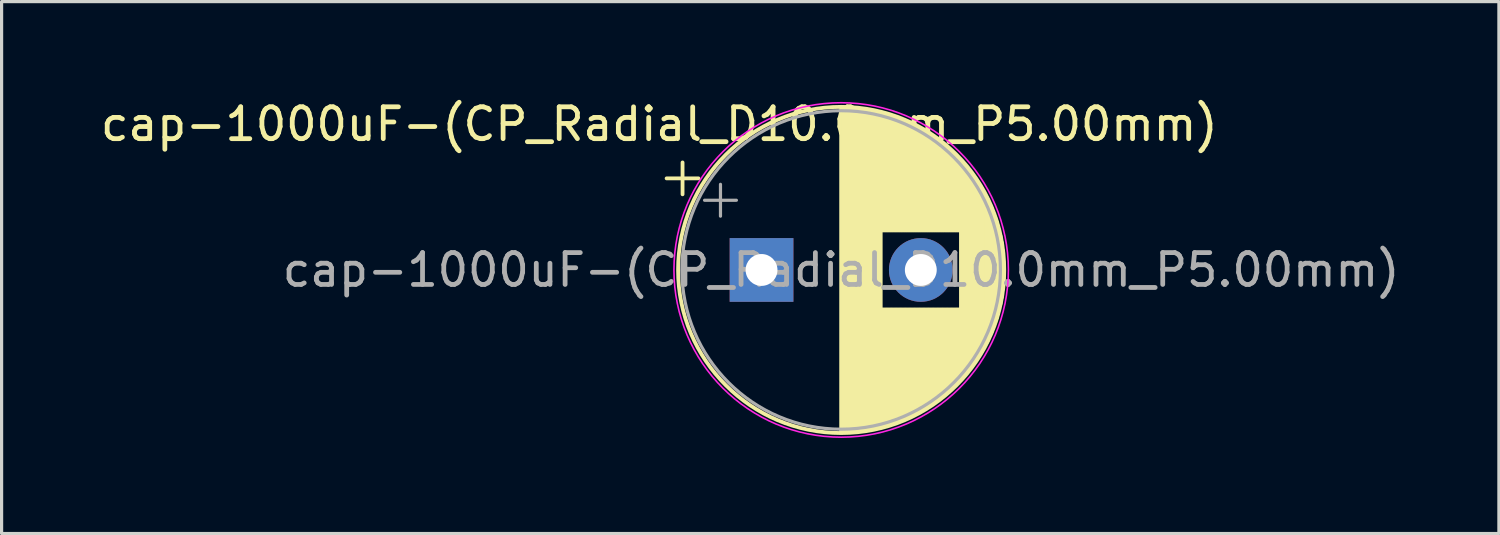
<source format=kicad_pcb>
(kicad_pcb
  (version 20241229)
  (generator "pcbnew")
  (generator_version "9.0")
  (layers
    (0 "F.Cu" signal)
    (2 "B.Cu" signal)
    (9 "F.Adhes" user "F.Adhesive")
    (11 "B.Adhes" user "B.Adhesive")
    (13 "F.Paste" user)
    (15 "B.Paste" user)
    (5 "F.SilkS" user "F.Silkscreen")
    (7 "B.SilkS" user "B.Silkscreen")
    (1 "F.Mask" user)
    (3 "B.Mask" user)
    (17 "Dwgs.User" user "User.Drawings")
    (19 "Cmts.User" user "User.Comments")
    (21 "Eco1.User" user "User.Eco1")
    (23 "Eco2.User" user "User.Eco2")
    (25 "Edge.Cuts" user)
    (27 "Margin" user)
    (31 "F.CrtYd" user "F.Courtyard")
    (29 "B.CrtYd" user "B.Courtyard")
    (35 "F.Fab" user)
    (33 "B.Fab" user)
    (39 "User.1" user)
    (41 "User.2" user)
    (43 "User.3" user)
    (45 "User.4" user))
  (footprint "cap-1000uF-(CP_Radial_D10.0mm_P5.00mm)"
    (layer "F.Cu")
    (at 20.858 5.425)
    (property "Reference" "cap-1000uF-(CP_Radial_D10.0mm_P5.00mm)" (at -3.209 -4.577 180) (layer "F.SilkS") (effects (font (size 1 1) (thickness 0.15))))
    (attr through_hole)
    (fp_line (start -2.98 -2.875) (end -1.98 -2.875) (stroke (width 0.12) (type solid)) (layer "F.SilkS"))
    (fp_line (start -2.48 -3.375) (end -2.48 -2.375) (stroke (width 0.12) (type solid)) (layer "F.SilkS"))
    (fp_line (start 2.5 -5.08) (end 2.5 5.08) (stroke (width 0.12) (type solid)) (layer "F.SilkS"))
    (fp_line (start 2.54 -5.08) (end 2.54 5.08) (stroke (width 0.12) (type solid)) (layer "F.SilkS"))
    (fp_line (start 2.58 -5.08) (end 2.58 5.08) (stroke (width 0.12) (type solid)) (layer "F.SilkS"))
    (fp_line (start 2.62 -5.079) (end 2.62 5.079) (stroke (width 0.12) (type solid)) (layer "F.SilkS"))
    (fp_line (start 2.66 -5.078) (end 2.66 5.078) (stroke (width 0.12) (type solid)) (layer "F.SilkS"))
    (fp_line (start 2.7 -5.077) (end 2.7 5.077) (stroke (width 0.12) (type solid)) (layer "F.SilkS"))
    (fp_line (start 2.74 -5.075) (end 2.74 5.075) (stroke (width 0.12) (type solid)) (layer "F.SilkS"))
    (fp_line (start 2.78 -5.073) (end 2.78 5.073) (stroke (width 0.12) (type solid)) (layer "F.SilkS"))
    (fp_line (start 2.82 -5.07) (end 2.82 5.07) (stroke (width 0.12) (type solid)) (layer "F.SilkS"))
    (fp_line (start 2.86 -5.068) (end 2.86 5.068) (stroke (width 0.12) (type solid)) (layer "F.SilkS"))
    (fp_line (start 2.9 -5.065) (end 2.9 5.065) (stroke (width 0.12) (type solid)) (layer "F.SilkS"))
    (fp_line (start 2.94 -5.062) (end 2.94 5.062) (stroke (width 0.12) (type solid)) (layer "F.SilkS"))
    (fp_line (start 2.98 -5.058) (end 2.98 5.058) (stroke (width 0.12) (type solid)) (layer "F.SilkS"))
    (fp_line (start 3.02 -5.054) (end 3.02 5.054) (stroke (width 0.12) (type solid)) (layer "F.SilkS"))
    (fp_line (start 3.06 -5.05) (end 3.06 5.05) (stroke (width 0.12) (type solid)) (layer "F.SilkS"))
    (fp_line (start 3.1 -5.045) (end 3.1 5.045) (stroke (width 0.12) (type solid)) (layer "F.SilkS"))
    (fp_line (start 3.14 -5.04) (end 3.14 5.04) (stroke (width 0.12) (type solid)) (layer "F.SilkS"))
    (fp_line (start 3.18 -5.035) (end 3.18 5.035) (stroke (width 0.12) (type solid)) (layer "F.SilkS"))
    (fp_line (start 3.221 -5.03) (end 3.221 5.03) (stroke (width 0.12) (type solid)) (layer "F.SilkS"))
    (fp_line (start 3.261 -5.024) (end 3.261 5.024) (stroke (width 0.12) (type solid)) (layer "F.SilkS"))
    (fp_line (start 3.301 -5.018) (end 3.301 5.018) (stroke (width 0.12) (type solid)) (layer "F.SilkS"))
    (fp_line (start 3.341 -5.011) (end 3.341 5.011) (stroke (width 0.12) (type solid)) (layer "F.SilkS"))
    (fp_line (start 3.381 -5.004) (end 3.381 5.004) (stroke (width 0.12) (type solid)) (layer "F.SilkS"))
    (fp_line (start 3.421 -4.997) (end 3.421 4.997) (stroke (width 0.12) (type solid)) (layer "F.SilkS"))
    (fp_line (start 3.461 -4.99) (end 3.461 4.99) (stroke (width 0.12) (type solid)) (layer "F.SilkS"))
    (fp_line (start 3.501 -4.982) (end 3.501 4.982) (stroke (width 0.12) (type solid)) (layer "F.SilkS"))
    (fp_line (start 3.541 -4.974) (end 3.541 4.974) (stroke (width 0.12) (type solid)) (layer "F.SilkS"))
    (fp_line (start 3.581 -4.965) (end 3.581 4.965) (stroke (width 0.12) (type solid)) (layer "F.SilkS"))
    (fp_line (start 3.621 -4.956) (end 3.621 4.956) (stroke (width 0.12) (type solid)) (layer "F.SilkS"))
    (fp_line (start 3.661 -4.947) (end 3.661 4.947) (stroke (width 0.12) (type solid)) (layer "F.SilkS"))
    (fp_line (start 3.701 -4.938) (end 3.701 4.938) (stroke (width 0.12) (type solid)) (layer "F.SilkS"))
    (fp_line (start 3.741 -4.928) (end 3.741 4.928) (stroke (width 0.12) (type solid)) (layer "F.SilkS"))
    (fp_line (start 3.781 -4.918) (end 3.781 -1.241) (stroke (width 0.12) (type solid)) (layer "F.SilkS"))
    (fp_line (start 3.781 1.241) (end 3.781 4.918) (stroke (width 0.12) (type solid)) (layer "F.SilkS"))
    (fp_line (start 3.821 -4.907) (end 3.821 -1.241) (stroke (width 0.12) (type solid)) (layer "F.SilkS"))
    (fp_line (start 3.821 1.241) (end 3.821 4.907) (stroke (width 0.12) (type solid)) (layer "F.SilkS"))
    (fp_line (start 3.861 -4.897) (end 3.861 -1.241) (stroke (width 0.12) (type solid)) (layer "F.SilkS"))
    (fp_line (start 3.861 1.241) (end 3.861 4.897) (stroke (width 0.12) (type solid)) (layer "F.SilkS"))
    (fp_line (start 3.901 -4.885) (end 3.901 -1.241) (stroke (width 0.12) (type solid)) (layer "F.SilkS"))
    (fp_line (start 3.901 1.241) (end 3.901 4.885) (stroke (width 0.12) (type solid)) (layer "F.SilkS"))
    (fp_line (start 3.941 -4.874) (end 3.941 -1.241) (stroke (width 0.12) (type solid)) (layer "F.SilkS"))
    (fp_line (start 3.941 1.241) (end 3.941 4.874) (stroke (width 0.12) (type solid)) (layer "F.SilkS"))
    (fp_line (start 3.981 -4.862) (end 3.981 -1.241) (stroke (width 0.12) (type solid)) (layer "F.SilkS"))
    (fp_line (start 3.981 1.241) (end 3.981 4.862) (stroke (width 0.12) (type solid)) (layer "F.SilkS"))
    (fp_line (start 4.021 -4.85) (end 4.021 -1.241) (stroke (width 0.12) (type solid)) (layer "F.SilkS"))
    (fp_line (start 4.021 1.241) (end 4.021 4.85) (stroke (width 0.12) (type solid)) (layer "F.SilkS"))
    (fp_line (start 4.061 -4.837) (end 4.061 -1.241) (stroke (width 0.12) (type solid)) (layer "F.SilkS"))
    (fp_line (start 4.061 1.241) (end 4.061 4.837) (stroke (width 0.12) (type solid)) (layer "F.SilkS"))
    (fp_line (start 4.101 -4.824) (end 4.101 -1.241) (stroke (width 0.12) (type solid)) (layer "F.SilkS"))
    (fp_line (start 4.101 1.241) (end 4.101 4.824) (stroke (width 0.12) (type solid)) (layer "F.SilkS"))
    (fp_line (start 4.141 -4.811) (end 4.141 -1.241) (stroke (width 0.12) (type solid)) (layer "F.SilkS"))
    (fp_line (start 4.141 1.241) (end 4.141 4.811) (stroke (width 0.12) (type solid)) (layer "F.SilkS"))
    (fp_line (start 4.181 -4.797) (end 4.181 -1.241) (stroke (width 0.12) (type solid)) (layer "F.SilkS"))
    (fp_line (start 4.181 1.241) (end 4.181 4.797) (stroke (width 0.12) (type solid)) (layer "F.SilkS"))
    (fp_line (start 4.221 -4.783) (end 4.221 -1.241) (stroke (width 0.12) (type solid)) (layer "F.SilkS"))
    (fp_line (start 4.221 1.241) (end 4.221 4.783) (stroke (width 0.12) (type solid)) (layer "F.SilkS"))
    (fp_line (start 4.261 -4.768) (end 4.261 -1.241) (stroke (width 0.12) (type solid)) (layer "F.SilkS"))
    (fp_line (start 4.261 1.241) (end 4.261 4.768) (stroke (width 0.12) (type solid)) (layer "F.SilkS"))
    (fp_line (start 4.301 -4.754) (end 4.301 -1.241) (stroke (width 0.12) (type solid)) (layer "F.SilkS"))
    (fp_line (start 4.301 1.241) (end 4.301 4.754) (stroke (width 0.12) (type solid)) (layer "F.SilkS"))
    (fp_line (start 4.341 -4.738) (end 4.341 -1.241) (stroke (width 0.12) (type solid)) (layer "F.SilkS"))
    (fp_line (start 4.341 1.241) (end 4.341 4.738) (stroke (width 0.12) (type solid)) (layer "F.SilkS"))
    (fp_line (start 4.381 -4.723) (end 4.381 -1.241) (stroke (width 0.12) (type solid)) (layer "F.SilkS"))
    (fp_line (start 4.381 1.241) (end 4.381 4.723) (stroke (width 0.12) (type solid)) (layer "F.SilkS"))
    (fp_line (start 4.421 -4.707) (end 4.421 -1.241) (stroke (width 0.12) (type solid)) (layer "F.SilkS"))
    (fp_line (start 4.421 1.241) (end 4.421 4.707) (stroke (width 0.12) (type solid)) (layer "F.SilkS"))
    (fp_line (start 4.461 -4.69) (end 4.461 -1.241) (stroke (width 0.12) (type solid)) (layer "F.SilkS"))
    (fp_line (start 4.461 1.241) (end 4.461 4.69) (stroke (width 0.12) (type solid)) (layer "F.SilkS"))
    (fp_line (start 4.501 -4.674) (end 4.501 -1.241) (stroke (width 0.12) (type solid)) (layer "F.SilkS"))
    (fp_line (start 4.501 1.241) (end 4.501 4.674) (stroke (width 0.12) (type solid)) (layer "F.SilkS"))
    (fp_line (start 4.541 -4.657) (end 4.541 -1.241) (stroke (width 0.12) (type solid)) (layer "F.SilkS"))
    (fp_line (start 4.541 1.241) (end 4.541 4.657) (stroke (width 0.12) (type solid)) (layer "F.SilkS"))
    (fp_line (start 4.581 -4.639) (end 4.581 -1.241) (stroke (width 0.12) (type solid)) (layer "F.SilkS"))
    (fp_line (start 4.581 1.241) (end 4.581 4.639) (stroke (width 0.12) (type solid)) (layer "F.SilkS"))
    (fp_line (start 4.621 -4.621) (end 4.621 -1.241) (stroke (width 0.12) (type solid)) (layer "F.SilkS"))
    (fp_line (start 4.621 1.241) (end 4.621 4.621) (stroke (width 0.12) (type solid)) (layer "F.SilkS"))
    (fp_line (start 4.661 -4.603) (end 4.661 -1.241) (stroke (width 0.12) (type solid)) (layer "F.SilkS"))
    (fp_line (start 4.661 1.241) (end 4.661 4.603) (stroke (width 0.12) (type solid)) (layer "F.SilkS"))
    (fp_line (start 4.701 -4.584) (end 4.701 -1.241) (stroke (width 0.12) (type solid)) (layer "F.SilkS"))
    (fp_line (start 4.701 1.241) (end 4.701 4.584) (stroke (width 0.12) (type solid)) (layer "F.SilkS"))
    (fp_line (start 4.741 -4.564) (end 4.741 -1.241) (stroke (width 0.12) (type solid)) (layer "F.SilkS"))
    (fp_line (start 4.741 1.241) (end 4.741 4.564) (stroke (width 0.12) (type solid)) (layer "F.SilkS"))
    (fp_line (start 4.781 -4.545) (end 4.781 -1.241) (stroke (width 0.12) (type solid)) (layer "F.SilkS"))
    (fp_line (start 4.781 1.241) (end 4.781 4.545) (stroke (width 0.12) (type solid)) (layer "F.SilkS"))
    (fp_line (start 4.821 -4.525) (end 4.821 -1.241) (stroke (width 0.12) (type solid)) (layer "F.SilkS"))
    (fp_line (start 4.821 1.241) (end 4.821 4.525) (stroke (width 0.12) (type solid)) (layer "F.SilkS"))
    (fp_line (start 4.861 -4.504) (end 4.861 -1.241) (stroke (width 0.12) (type solid)) (layer "F.SilkS"))
    (fp_line (start 4.861 1.241) (end 4.861 4.504) (stroke (width 0.12) (type solid)) (layer "F.SilkS"))
    (fp_line (start 4.901 -4.483) (end 4.901 -1.241) (stroke (width 0.12) (type solid)) (layer "F.SilkS"))
    (fp_line (start 4.901 1.241) (end 4.901 4.483) (stroke (width 0.12) (type solid)) (layer "F.SilkS"))
    (fp_line (start 4.941 -4.462) (end 4.941 -1.241) (stroke (width 0.12) (type solid)) (layer "F.SilkS"))
    (fp_line (start 4.941 1.241) (end 4.941 4.462) (stroke (width 0.12) (type solid)) (layer "F.SilkS"))
    (fp_line (start 4.981 -4.44) (end 4.981 -1.241) (stroke (width 0.12) (type solid)) (layer "F.SilkS"))
    (fp_line (start 4.981 1.241) (end 4.981 4.44) (stroke (width 0.12) (type solid)) (layer "F.SilkS"))
    (fp_line (start 5.021 -4.417) (end 5.021 -1.241) (stroke (width 0.12) (type solid)) (layer "F.SilkS"))
    (fp_line (start 5.021 1.241) (end 5.021 4.417) (stroke (width 0.12) (type solid)) (layer "F.SilkS"))
    (fp_line (start 5.061 -4.395) (end 5.061 -1.241) (stroke (width 0.12) (type solid)) (layer "F.SilkS"))
    (fp_line (start 5.061 1.241) (end 5.061 4.395) (stroke (width 0.12) (type solid)) (layer "F.SilkS"))
    (fp_line (start 5.101 -4.371) (end 5.101 -1.241) (stroke (width 0.12) (type solid)) (layer "F.SilkS"))
    (fp_line (start 5.101 1.241) (end 5.101 4.371) (stroke (width 0.12) (type solid)) (layer "F.SilkS"))
    (fp_line (start 5.141 -4.347) (end 5.141 -1.241) (stroke (width 0.12) (type solid)) (layer "F.SilkS"))
    (fp_line (start 5.141 1.241) (end 5.141 4.347) (stroke (width 0.12) (type solid)) (layer "F.SilkS"))
    (fp_line (start 5.181 -4.323) (end 5.181 -1.241) (stroke (width 0.12) (type solid)) (layer "F.SilkS"))
    (fp_line (start 5.181 1.241) (end 5.181 4.323) (stroke (width 0.12) (type solid)) (layer "F.SilkS"))
    (fp_line (start 5.221 -4.298) (end 5.221 -1.241) (stroke (width 0.12) (type solid)) (layer "F.SilkS"))
    (fp_line (start 5.221 1.241) (end 5.221 4.298) (stroke (width 0.12) (type solid)) (layer "F.SilkS"))
    (fp_line (start 5.261 -4.273) (end 5.261 -1.241) (stroke (width 0.12) (type solid)) (layer "F.SilkS"))
    (fp_line (start 5.261 1.241) (end 5.261 4.273) (stroke (width 0.12) (type solid)) (layer "F.SilkS"))
    (fp_line (start 5.301 -4.247) (end 5.301 -1.241) (stroke (width 0.12) (type solid)) (layer "F.SilkS"))
    (fp_line (start 5.301 1.241) (end 5.301 4.247) (stroke (width 0.12) (type solid)) (layer "F.SilkS"))
    (fp_line (start 5.341 -4.221) (end 5.341 -1.241) (stroke (width 0.12) (type solid)) (layer "F.SilkS"))
    (fp_line (start 5.341 1.241) (end 5.341 4.221) (stroke (width 0.12) (type solid)) (layer "F.SilkS"))
    (fp_line (start 5.381 -4.194) (end 5.381 -1.241) (stroke (width 0.12) (type solid)) (layer "F.SilkS"))
    (fp_line (start 5.381 1.241) (end 5.381 4.194) (stroke (width 0.12) (type solid)) (layer "F.SilkS"))
    (fp_line (start 5.421 -4.166) (end 5.421 -1.241) (stroke (width 0.12) (type solid)) (layer "F.SilkS"))
    (fp_line (start 5.421 1.241) (end 5.421 4.166) (stroke (width 0.12) (type solid)) (layer "F.SilkS"))
    (fp_line (start 5.461 -4.138) (end 5.461 -1.241) (stroke (width 0.12) (type solid)) (layer "F.SilkS"))
    (fp_line (start 5.461 1.241) (end 5.461 4.138) (stroke (width 0.12) (type solid)) (layer "F.SilkS"))
    (fp_line (start 5.501 -4.11) (end 5.501 -1.241) (stroke (width 0.12) (type solid)) (layer "F.SilkS"))
    (fp_line (start 5.501 1.241) (end 5.501 4.11) (stroke (width 0.12) (type solid)) (layer "F.SilkS"))
    (fp_line (start 5.541 -4.08) (end 5.541 -1.241) (stroke (width 0.12) (type solid)) (layer "F.SilkS"))
    (fp_line (start 5.541 1.241) (end 5.541 4.08) (stroke (width 0.12) (type solid)) (layer "F.SilkS"))
    (fp_line (start 5.581 -4.05) (end 5.581 -1.241) (stroke (width 0.12) (type solid)) (layer "F.SilkS"))
    (fp_line (start 5.581 1.241) (end 5.581 4.05) (stroke (width 0.12) (type solid)) (layer "F.SilkS"))
    (fp_line (start 5.621 -4.02) (end 5.621 -1.241) (stroke (width 0.12) (type solid)) (layer "F.SilkS"))
    (fp_line (start 5.621 1.241) (end 5.621 4.02) (stroke (width 0.12) (type solid)) (layer "F.SilkS"))
    (fp_line (start 5.661 -3.989) (end 5.661 -1.241) (stroke (width 0.12) (type solid)) (layer "F.SilkS"))
    (fp_line (start 5.661 1.241) (end 5.661 3.989) (stroke (width 0.12) (type solid)) (layer "F.SilkS"))
    (fp_line (start 5.701 -3.957) (end 5.701 -1.241) (stroke (width 0.12) (type solid)) (layer "F.SilkS"))
    (fp_line (start 5.701 1.241) (end 5.701 3.957) (stroke (width 0.12) (type solid)) (layer "F.SilkS"))
    (fp_line (start 5.741 -3.925) (end 5.741 -1.241) (stroke (width 0.12) (type solid)) (layer "F.SilkS"))
    (fp_line (start 5.741 1.241) (end 5.741 3.925) (stroke (width 0.12) (type solid)) (layer "F.SilkS"))
    (fp_line (start 5.781 -3.892) (end 5.781 -1.241) (stroke (width 0.12) (type solid)) (layer "F.SilkS"))
    (fp_line (start 5.781 1.241) (end 5.781 3.892) (stroke (width 0.12) (type solid)) (layer "F.SilkS"))
    (fp_line (start 5.821 -3.858) (end 5.821 -1.241) (stroke (width 0.12) (type solid)) (layer "F.SilkS"))
    (fp_line (start 5.821 1.241) (end 5.821 3.858) (stroke (width 0.12) (type solid)) (layer "F.SilkS"))
    (fp_line (start 5.861 -3.824) (end 5.861 -1.241) (stroke (width 0.12) (type solid)) (layer "F.SilkS"))
    (fp_line (start 5.861 1.241) (end 5.861 3.824) (stroke (width 0.12) (type solid)) (layer "F.SilkS"))
    (fp_line (start 5.901 -3.789) (end 5.901 -1.241) (stroke (width 0.12) (type solid)) (layer "F.SilkS"))
    (fp_line (start 5.901 1.241) (end 5.901 3.789) (stroke (width 0.12) (type solid)) (layer "F.SilkS"))
    (fp_line (start 5.941 -3.753) (end 5.941 -1.241) (stroke (width 0.12) (type solid)) (layer "F.SilkS"))
    (fp_line (start 5.941 1.241) (end 5.941 3.753) (stroke (width 0.12) (type solid)) (layer "F.SilkS"))
    (fp_line (start 5.981 -3.716) (end 5.981 -1.241) (stroke (width 0.12) (type solid)) (layer "F.SilkS"))
    (fp_line (start 5.981 1.241) (end 5.981 3.716) (stroke (width 0.12) (type solid)) (layer "F.SilkS"))
    (fp_line (start 6.021 -3.679) (end 6.021 -1.241) (stroke (width 0.12) (type solid)) (layer "F.SilkS"))
    (fp_line (start 6.021 1.241) (end 6.021 3.679) (stroke (width 0.12) (type solid)) (layer "F.SilkS"))
    (fp_line (start 6.061 -3.64) (end 6.061 -1.241) (stroke (width 0.12) (type solid)) (layer "F.SilkS"))
    (fp_line (start 6.061 1.241) (end 6.061 3.64) (stroke (width 0.12) (type solid)) (layer "F.SilkS"))
    (fp_line (start 6.101 -3.601) (end 6.101 -1.241) (stroke (width 0.12) (type solid)) (layer "F.SilkS"))
    (fp_line (start 6.101 1.241) (end 6.101 3.601) (stroke (width 0.12) (type solid)) (layer "F.SilkS"))
    (fp_line (start 6.141 -3.561) (end 6.141 -1.241) (stroke (width 0.12) (type solid)) (layer "F.SilkS"))
    (fp_line (start 6.141 1.241) (end 6.141 3.561) (stroke (width 0.12) (type solid)) (layer "F.SilkS"))
    (fp_line (start 6.181 -3.52) (end 6.181 -1.241) (stroke (width 0.12) (type solid)) (layer "F.SilkS"))
    (fp_line (start 6.181 1.241) (end 6.181 3.52) (stroke (width 0.12) (type solid)) (layer "F.SilkS"))
    (fp_line (start 6.221 -3.478) (end 6.221 -1.241) (stroke (width 0.12) (type solid)) (layer "F.SilkS"))
    (fp_line (start 6.221 1.241) (end 6.221 3.478) (stroke (width 0.12) (type solid)) (layer "F.SilkS"))
    (fp_line (start 6.261 -3.436) (end 6.261 3.436) (stroke (width 0.12) (type solid)) (layer "F.SilkS"))
    (fp_line (start 6.301 -3.392) (end 6.301 3.392) (stroke (width 0.12) (type solid)) (layer "F.SilkS"))
    (fp_line (start 6.341 -3.347) (end 6.341 3.347) (stroke (width 0.12) (type solid)) (layer "F.SilkS"))
    (fp_line (start 6.381 -3.301) (end 6.381 3.301) (stroke (width 0.12) (type solid)) (layer "F.SilkS"))
    (fp_line (start 6.421 -3.254) (end 6.421 3.254) (stroke (width 0.12) (type solid)) (layer "F.SilkS"))
    (fp_line (start 6.461 -3.206) (end 6.461 3.206) (stroke (width 0.12) (type solid)) (layer "F.SilkS"))
    (fp_line (start 6.501 -3.156) (end 6.501 3.156) (stroke (width 0.12) (type solid)) (layer "F.SilkS"))
    (fp_line (start 6.541 -3.106) (end 6.541 3.106) (stroke (width 0.12) (type solid)) (layer "F.SilkS"))
    (fp_line (start 6.581 -3.054) (end 6.581 3.054) (stroke (width 0.12) (type solid)) (layer "F.SilkS"))
    (fp_line (start 6.621 -3) (end 6.621 3) (stroke (width 0.12) (type solid)) (layer "F.SilkS"))
    (fp_line (start 6.661 -2.945) (end 6.661 2.945) (stroke (width 0.12) (type solid)) (layer "F.SilkS"))
    (fp_line (start 6.701 -2.889) (end 6.701 2.889) (stroke (width 0.12) (type solid)) (layer "F.SilkS"))
    (fp_line (start 6.741 -2.83) (end 6.741 2.83) (stroke (width 0.12) (type solid)) (layer "F.SilkS"))
    (fp_line (start 6.781 -2.77) (end 6.781 2.77) (stroke (width 0.12) (type solid)) (layer "F.SilkS"))
    (fp_line (start 6.821 -2.709) (end 6.821 2.709) (stroke (width 0.12) (type solid)) (layer "F.SilkS"))
    (fp_line (start 6.861 -2.645) (end 6.861 2.645) (stroke (width 0.12) (type solid)) (layer "F.SilkS"))
    (fp_line (start 6.901 -2.579) (end 6.901 2.579) (stroke (width 0.12) (type solid)) (layer "F.SilkS"))
    (fp_line (start 6.941 -2.51) (end 6.941 2.51) (stroke (width 0.12) (type solid)) (layer "F.SilkS"))
    (fp_line (start 6.981 -2.439) (end 6.981 2.439) (stroke (width 0.12) (type solid)) (layer "F.SilkS"))
    (fp_line (start 7.021 -2.365) (end 7.021 2.365) (stroke (width 0.12) (type solid)) (layer "F.SilkS"))
    (fp_line (start 7.061 -2.289) (end 7.061 2.289) (stroke (width 0.12) (type solid)) (layer "F.SilkS"))
    (fp_line (start 7.101 -2.209) (end 7.101 2.209) (stroke (width 0.12) (type solid)) (layer "F.SilkS"))
    (fp_line (start 7.141 -2.125) (end 7.141 2.125) (stroke (width 0.12) (type solid)) (layer "F.SilkS"))
    (fp_line (start 7.181 -2.037) (end 7.181 2.037) (stroke (width 0.12) (type solid)) (layer "F.SilkS"))
    (fp_line (start 7.221 -1.944) (end 7.221 1.944) (stroke (width 0.12) (type solid)) (layer "F.SilkS"))
    (fp_line (start 7.261 -1.846) (end 7.261 1.846) (stroke (width 0.12) (type solid)) (layer "F.SilkS"))
    (fp_line (start 7.301 -1.742) (end 7.301 1.742) (stroke (width 0.12) (type solid)) (layer "F.SilkS"))
    (fp_line (start 7.341 -1.63) (end 7.341 1.63) (stroke (width 0.12) (type solid)) (layer "F.SilkS"))
    (fp_line (start 7.381 -1.51) (end 7.381 1.51) (stroke (width 0.12) (type solid)) (layer "F.SilkS"))
    (fp_line (start 7.421 -1.378) (end 7.421 1.378) (stroke (width 0.12) (type solid)) (layer "F.SilkS"))
    (fp_line (start 7.461 -1.23) (end 7.461 1.23) (stroke (width 0.12) (type solid)) (layer "F.SilkS"))
    (fp_line (start 7.501 -1.062) (end 7.501 1.062) (stroke (width 0.12) (type solid)) (layer "F.SilkS"))
    (fp_line (start 7.541 -0.862) (end 7.541 0.862) (stroke (width 0.12) (type solid)) (layer "F.SilkS"))
    (fp_line (start 7.581 -0.599) (end 7.581 0.599) (stroke (width 0.12) (type solid)) (layer "F.SilkS"))
    (fp_circle (center 2.5 0) (end 7.62 0) (stroke (width 0.12) (type solid)) (fill no) (layer "F.SilkS"))
    (fp_circle (center 2.5 0) (end 7.75 0) (stroke (width 0.05) (type solid)) (fill no) (layer "F.CrtYd"))
    (fp_line (start -1.789 -2.188) (end -0.789 -2.188) (stroke (width 0.1) (type solid)) (layer "F.Fab"))
    (fp_line (start -1.289 -2.688) (end -1.289 -1.688) (stroke (width 0.1) (type solid)) (layer "F.Fab"))
    (fp_circle (center 2.5 0) (end 7.5 0) (stroke (width 0.1) (type solid)) (fill no) (layer "F.Fab"))
    (fp_text user "${REFERENCE}" (at 2.5 0 180) (layer "F.Fab") (effects (font (size 1 1) (thickness 0.15))))
    (pad "1" thru_hole rect (at 0 0) (size 2 2) (drill 1) (layers "*.Cu" "*.Mask"))
    (pad "2" thru_hole circle (at 5 0) (size 2 2) (drill 1) (layers "*.Cu" "*.Mask")))
  (gr_rect
    (start -3 -3)
    (end 44.007 13.7)
    (stroke (width 0.1) (type default))
    (fill no)
    (layer "Edge.Cuts")))
</source>
